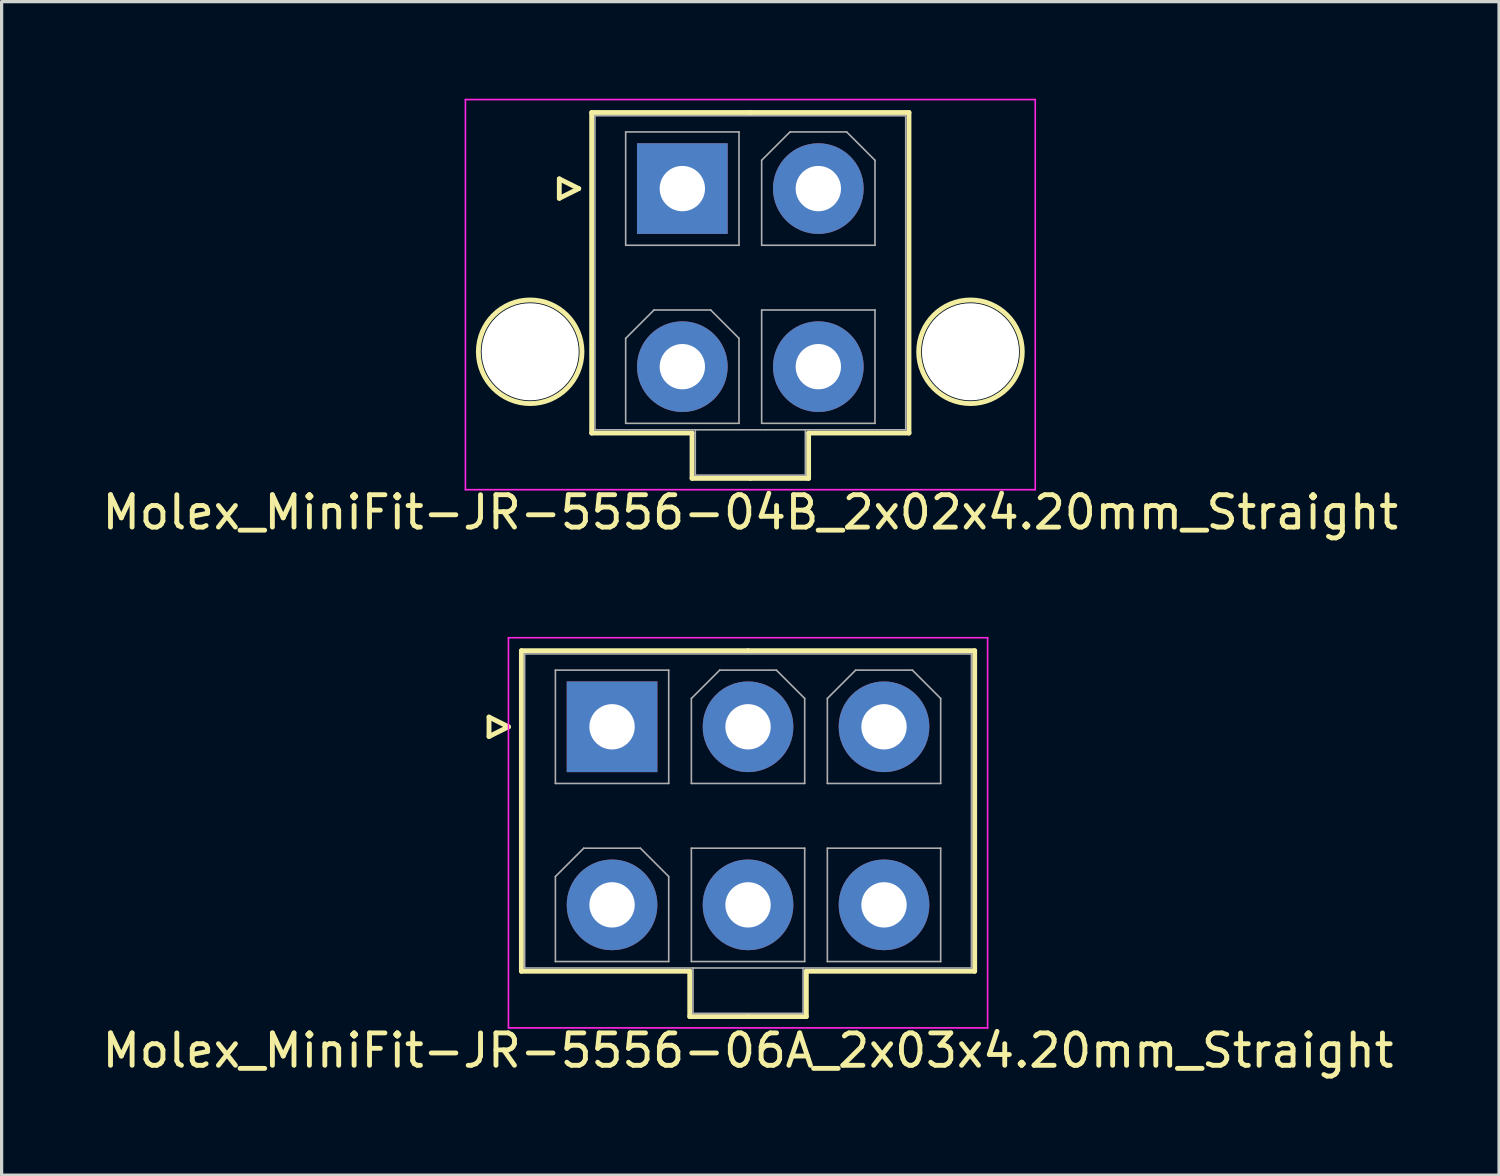
<source format=kicad_pcb>
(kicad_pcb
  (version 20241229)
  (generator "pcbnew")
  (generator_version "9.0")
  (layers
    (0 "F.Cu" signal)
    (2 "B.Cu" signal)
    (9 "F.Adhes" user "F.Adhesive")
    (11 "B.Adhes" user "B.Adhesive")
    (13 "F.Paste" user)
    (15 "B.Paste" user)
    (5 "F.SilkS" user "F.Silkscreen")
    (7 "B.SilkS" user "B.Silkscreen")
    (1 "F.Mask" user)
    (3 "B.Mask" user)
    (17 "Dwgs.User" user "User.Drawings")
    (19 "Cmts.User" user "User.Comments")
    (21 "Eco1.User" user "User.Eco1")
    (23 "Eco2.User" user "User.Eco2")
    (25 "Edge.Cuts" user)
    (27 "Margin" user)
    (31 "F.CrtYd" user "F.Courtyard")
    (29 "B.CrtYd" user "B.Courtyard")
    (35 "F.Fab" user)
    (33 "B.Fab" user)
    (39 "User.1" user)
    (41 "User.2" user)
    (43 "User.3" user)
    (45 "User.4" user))
  (footprint "Molex_MiniFit-JR-5556-04B_2x02x4.20mm_Straight"
    (layer "F.Cu")
    (at 18.025 2.775)
    (property "Reference" "Molex_MiniFit-JR-5556-04B_2x02x4.20mm_Straight" (at 2.1 10 0) (layer "F.SilkS") (effects (font (size 1 1) (thickness 0.15))))
    (attr through_hole)
    (fp_line (start -3.8 -0.3) (end -3.2 0) (stroke (width 0.15) (type solid)) (layer "F.SilkS"))
    (fp_line (start -3.8 0.3) (end -3.8 -0.3) (stroke (width 0.15) (type solid)) (layer "F.SilkS"))
    (fp_line (start -3.2 0) (end -3.8 0.3) (stroke (width 0.15) (type solid)) (layer "F.SilkS"))
    (fp_line (start -2.8 -2.35) (end -2.8 7.55) (stroke (width 0.15) (type solid)) (layer "F.SilkS"))
    (fp_line (start -2.8 7.55) (end 0.3 7.55) (stroke (width 0.15) (type solid)) (layer "F.SilkS"))
    (fp_line (start 0.3 7.55) (end 0.3 8.95) (stroke (width 0.15) (type solid)) (layer "F.SilkS"))
    (fp_line (start 0.3 8.95) (end 2.1 8.95) (stroke (width 0.15) (type solid)) (layer "F.SilkS"))
    (fp_line (start 2.1 -2.35) (end -2.8 -2.35) (stroke (width 0.15) (type solid)) (layer "F.SilkS"))
    (fp_line (start 2.1 -2.35) (end 7 -2.35) (stroke (width 0.15) (type solid)) (layer "F.SilkS"))
    (fp_line (start 3.9 7.55) (end 3.9 8.95) (stroke (width 0.15) (type solid)) (layer "F.SilkS"))
    (fp_line (start 3.9 8.95) (end 2.1 8.95) (stroke (width 0.15) (type solid)) (layer "F.SilkS"))
    (fp_line (start 7 -2.35) (end 7 7.55) (stroke (width 0.15) (type solid)) (layer "F.SilkS"))
    (fp_line (start 7 7.55) (end 3.9 7.55) (stroke (width 0.15) (type solid)) (layer "F.SilkS"))
    (fp_circle (center -4.7 5.04) (end -3.1 5.04) (stroke (width 0.15) (type solid)) (fill no) (layer "F.SilkS"))
    (fp_circle (center 8.9 5.04) (end 10.5 5.04) (stroke (width 0.15) (type solid)) (fill no) (layer "F.SilkS"))
    (fp_line (start -6.7 -2.75) (end -6.7 9.3) (stroke (width 0.05) (type solid)) (layer "F.CrtYd"))
    (fp_line (start -6.7 9.3) (end 10.9 9.3) (stroke (width 0.05) (type solid)) (layer "F.CrtYd"))
    (fp_line (start 10.9 -2.75) (end -6.7 -2.75) (stroke (width 0.05) (type solid)) (layer "F.CrtYd"))
    (fp_line (start 10.9 9.3) (end 10.9 -2.75) (stroke (width 0.05) (type solid)) (layer "F.CrtYd"))
    (fp_line (start -2.7 -2.25) (end -2.7 7.45) (stroke (width 0.05) (type solid)) (layer "F.Fab"))
    (fp_line (start -2.7 7.45) (end 6.9 7.45) (stroke (width 0.05) (type solid)) (layer "F.Fab"))
    (fp_line (start -1.75 -1.75) (end -1.75 1.75) (stroke (width 0.05) (type solid)) (layer "F.Fab"))
    (fp_line (start -1.75 1.75) (end 1.75 1.75) (stroke (width 0.05) (type solid)) (layer "F.Fab"))
    (fp_line (start -1.75 4.625) (end -0.875 3.75) (stroke (width 0.05) (type solid)) (layer "F.Fab"))
    (fp_line (start -1.75 7.25) (end -1.75 4.625) (stroke (width 0.05) (type solid)) (layer "F.Fab"))
    (fp_line (start -0.875 3.75) (end 0.875 3.75) (stroke (width 0.05) (type solid)) (layer "F.Fab"))
    (fp_line (start 0.4 7.45) (end 0.4 8.85) (stroke (width 0.05) (type solid)) (layer "F.Fab"))
    (fp_line (start 0.4 8.85) (end 3.8 8.85) (stroke (width 0.05) (type solid)) (layer "F.Fab"))
    (fp_line (start 0.875 3.75) (end 1.75 4.625) (stroke (width 0.05) (type solid)) (layer "F.Fab"))
    (fp_line (start 1.75 -1.75) (end -1.75 -1.75) (stroke (width 0.05) (type solid)) (layer "F.Fab"))
    (fp_line (start 1.75 1.75) (end 1.75 -1.75) (stroke (width 0.05) (type solid)) (layer "F.Fab"))
    (fp_line (start 1.75 4.625) (end 1.75 7.25) (stroke (width 0.05) (type solid)) (layer "F.Fab"))
    (fp_line (start 1.75 7.25) (end -1.75 7.25) (stroke (width 0.05) (type solid)) (layer "F.Fab"))
    (fp_line (start 2.45 -0.875) (end 3.325 -1.75) (stroke (width 0.05) (type solid)) (layer "F.Fab"))
    (fp_line (start 2.45 1.75) (end 2.45 -0.875) (stroke (width 0.05) (type solid)) (layer "F.Fab"))
    (fp_line (start 2.45 3.75) (end 2.45 7.25) (stroke (width 0.05) (type solid)) (layer "F.Fab"))
    (fp_line (start 2.45 7.25) (end 5.95 7.25) (stroke (width 0.05) (type solid)) (layer "F.Fab"))
    (fp_line (start 3.325 -1.75) (end 5.075 -1.75) (stroke (width 0.05) (type solid)) (layer "F.Fab"))
    (fp_line (start 3.8 8.85) (end 3.8 7.45) (stroke (width 0.05) (type solid)) (layer "F.Fab"))
    (fp_line (start 5.075 -1.75) (end 5.95 -0.875) (stroke (width 0.05) (type solid)) (layer "F.Fab"))
    (fp_line (start 5.95 -0.875) (end 5.95 1.75) (stroke (width 0.05) (type solid)) (layer "F.Fab"))
    (fp_line (start 5.95 1.75) (end 2.45 1.75) (stroke (width 0.05) (type solid)) (layer "F.Fab"))
    (fp_line (start 5.95 3.75) (end 2.45 3.75) (stroke (width 0.05) (type solid)) (layer "F.Fab"))
    (fp_line (start 5.95 7.25) (end 5.95 3.75) (stroke (width 0.05) (type solid)) (layer "F.Fab"))
    (fp_line (start 6.9 -2.25) (end -2.7 -2.25) (stroke (width 0.05) (type solid)) (layer "F.Fab"))
    (fp_line (start 6.9 7.45) (end 6.9 -2.25) (stroke (width 0.05) (type solid)) (layer "F.Fab"))
    (pad "" np_thru_hole circle (at -4.7 5.04) (size 3 3) (drill 3) (layers "*.Cu"))
    (pad "" np_thru_hole circle (at 8.9 5.04) (size 3 3) (drill 3) (layers "*.Cu"))
    (pad "1" thru_hole rect (at 0 0) (size 2.8 2.8) (drill 1.4) (layers "*.Cu" "*.Mask"))
    (pad "2" thru_hole circle (at 4.2 0) (size 2.8 2.8) (drill 1.4) (layers "*.Cu" "*.Mask"))
    (pad "3" thru_hole circle (at 0 5.5) (size 2.8 2.8) (drill 1.4) (layers "*.Cu" "*.Mask"))
    (pad "4" thru_hole circle (at 4.2 5.5) (size 2.8 2.8) (drill 1.4) (layers "*.Cu" "*.Mask")))
  (footprint "Molex_MiniFit-JR-5556-06A_2x03x4.20mm_Straight"
    (layer "F.Cu")
    (at 15.854 19.398)
    (property "Reference" "Molex_MiniFit-JR-5556-06A_2x03x4.20mm_Straight" (at 4.2 10 0) (layer "F.SilkS") (effects (font (size 1 1) (thickness 0.15))))
    (attr through_hole)
    (fp_line (start -3.8 -0.3) (end -3.2 0) (stroke (width 0.15) (type solid)) (layer "F.SilkS"))
    (fp_line (start -3.8 0.3) (end -3.8 -0.3) (stroke (width 0.15) (type solid)) (layer "F.SilkS"))
    (fp_line (start -3.2 0) (end -3.8 0.3) (stroke (width 0.15) (type solid)) (layer "F.SilkS"))
    (fp_line (start -2.8 -2.35) (end -2.8 7.55) (stroke (width 0.15) (type solid)) (layer "F.SilkS"))
    (fp_line (start -2.8 7.55) (end 2.4 7.55) (stroke (width 0.15) (type solid)) (layer "F.SilkS"))
    (fp_line (start 2.4 7.55) (end 2.4 8.95) (stroke (width 0.15) (type solid)) (layer "F.SilkS"))
    (fp_line (start 2.4 8.95) (end 4.2 8.95) (stroke (width 0.15) (type solid)) (layer "F.SilkS"))
    (fp_line (start 4.2 -2.35) (end -2.8 -2.35) (stroke (width 0.15) (type solid)) (layer "F.SilkS"))
    (fp_line (start 4.2 -2.35) (end 11.2 -2.35) (stroke (width 0.15) (type solid)) (layer "F.SilkS"))
    (fp_line (start 6 7.55) (end 6 8.95) (stroke (width 0.15) (type solid)) (layer "F.SilkS"))
    (fp_line (start 6 8.95) (end 4.2 8.95) (stroke (width 0.15) (type solid)) (layer "F.SilkS"))
    (fp_line (start 11.2 -2.35) (end 11.2 7.55) (stroke (width 0.15) (type solid)) (layer "F.SilkS"))
    (fp_line (start 11.2 7.55) (end 6 7.55) (stroke (width 0.15) (type solid)) (layer "F.SilkS"))
    (fp_line (start -3.2 -2.75) (end -3.2 9.3) (stroke (width 0.05) (type solid)) (layer "F.CrtYd"))
    (fp_line (start -3.2 9.3) (end 11.6 9.3) (stroke (width 0.05) (type solid)) (layer "F.CrtYd"))
    (fp_line (start 11.6 -2.75) (end -3.2 -2.75) (stroke (width 0.05) (type solid)) (layer "F.CrtYd"))
    (fp_line (start 11.6 9.3) (end 11.6 -2.75) (stroke (width 0.05) (type solid)) (layer "F.CrtYd"))
    (fp_line (start -2.7 -2.25) (end -2.7 7.45) (stroke (width 0.05) (type solid)) (layer "F.Fab"))
    (fp_line (start -2.7 7.45) (end 11.1 7.45) (stroke (width 0.05) (type solid)) (layer "F.Fab"))
    (fp_line (start -1.75 -1.75) (end -1.75 1.75) (stroke (width 0.05) (type solid)) (layer "F.Fab"))
    (fp_line (start -1.75 1.75) (end 1.75 1.75) (stroke (width 0.05) (type solid)) (layer "F.Fab"))
    (fp_line (start -1.75 4.625) (end -0.875 3.75) (stroke (width 0.05) (type solid)) (layer "F.Fab"))
    (fp_line (start -1.75 7.25) (end -1.75 4.625) (stroke (width 0.05) (type solid)) (layer "F.Fab"))
    (fp_line (start -0.875 3.75) (end 0.875 3.75) (stroke (width 0.05) (type solid)) (layer "F.Fab"))
    (fp_line (start 0.875 3.75) (end 1.75 4.625) (stroke (width 0.05) (type solid)) (layer "F.Fab"))
    (fp_line (start 1.75 -1.75) (end -1.75 -1.75) (stroke (width 0.05) (type solid)) (layer "F.Fab"))
    (fp_line (start 1.75 1.75) (end 1.75 -1.75) (stroke (width 0.05) (type solid)) (layer "F.Fab"))
    (fp_line (start 1.75 4.625) (end 1.75 7.25) (stroke (width 0.05) (type solid)) (layer "F.Fab"))
    (fp_line (start 1.75 7.25) (end -1.75 7.25) (stroke (width 0.05) (type solid)) (layer "F.Fab"))
    (fp_line (start 2.45 -0.875) (end 3.325 -1.75) (stroke (width 0.05) (type solid)) (layer "F.Fab"))
    (fp_line (start 2.45 1.75) (end 2.45 -0.875) (stroke (width 0.05) (type solid)) (layer "F.Fab"))
    (fp_line (start 2.45 3.75) (end 2.45 7.25) (stroke (width 0.05) (type solid)) (layer "F.Fab"))
    (fp_line (start 2.45 7.25) (end 5.95 7.25) (stroke (width 0.05) (type solid)) (layer "F.Fab"))
    (fp_line (start 2.5 7.45) (end 2.5 8.85) (stroke (width 0.05) (type solid)) (layer "F.Fab"))
    (fp_line (start 2.5 8.85) (end 5.9 8.85) (stroke (width 0.05) (type solid)) (layer "F.Fab"))
    (fp_line (start 3.325 -1.75) (end 5.075 -1.75) (stroke (width 0.05) (type solid)) (layer "F.Fab"))
    (fp_line (start 5.075 -1.75) (end 5.95 -0.875) (stroke (width 0.05) (type solid)) (layer "F.Fab"))
    (fp_line (start 5.9 8.85) (end 5.9 7.45) (stroke (width 0.05) (type solid)) (layer "F.Fab"))
    (fp_line (start 5.95 -0.875) (end 5.95 1.75) (stroke (width 0.05) (type solid)) (layer "F.Fab"))
    (fp_line (start 5.95 1.75) (end 2.45 1.75) (stroke (width 0.05) (type solid)) (layer "F.Fab"))
    (fp_line (start 5.95 3.75) (end 2.45 3.75) (stroke (width 0.05) (type solid)) (layer "F.Fab"))
    (fp_line (start 5.95 7.25) (end 5.95 3.75) (stroke (width 0.05) (type solid)) (layer "F.Fab"))
    (fp_line (start 6.65 -0.875) (end 7.525 -1.75) (stroke (width 0.05) (type solid)) (layer "F.Fab"))
    (fp_line (start 6.65 1.75) (end 6.65 -0.875) (stroke (width 0.05) (type solid)) (layer "F.Fab"))
    (fp_line (start 6.65 3.75) (end 6.65 7.25) (stroke (width 0.05) (type solid)) (layer "F.Fab"))
    (fp_line (start 6.65 7.25) (end 10.15 7.25) (stroke (width 0.05) (type solid)) (layer "F.Fab"))
    (fp_line (start 7.525 -1.75) (end 9.275 -1.75) (stroke (width 0.05) (type solid)) (layer "F.Fab"))
    (fp_line (start 9.275 -1.75) (end 10.15 -0.875) (stroke (width 0.05) (type solid)) (layer "F.Fab"))
    (fp_line (start 10.15 -0.875) (end 10.15 1.75) (stroke (width 0.05) (type solid)) (layer "F.Fab"))
    (fp_line (start 10.15 1.75) (end 6.65 1.75) (stroke (width 0.05) (type solid)) (layer "F.Fab"))
    (fp_line (start 10.15 3.75) (end 6.65 3.75) (stroke (width 0.05) (type solid)) (layer "F.Fab"))
    (fp_line (start 10.15 7.25) (end 10.15 3.75) (stroke (width 0.05) (type solid)) (layer "F.Fab"))
    (fp_line (start 11.1 -2.25) (end -2.7 -2.25) (stroke (width 0.05) (type solid)) (layer "F.Fab"))
    (fp_line (start 11.1 7.45) (end 11.1 -2.25) (stroke (width 0.05) (type solid)) (layer "F.Fab"))
    (pad "1" thru_hole rect (at 0 0) (size 2.8 2.8) (drill 1.4) (layers "*.Cu" "*.Mask"))
    (pad "2" thru_hole circle (at 4.2 0) (size 2.8 2.8) (drill 1.4) (layers "*.Cu" "*.Mask"))
    (pad "3" thru_hole circle (at 8.4 0) (size 2.8 2.8) (drill 1.4) (layers "*.Cu" "*.Mask"))
    (pad "4" thru_hole circle (at 0 5.5) (size 2.8 2.8) (drill 1.4) (layers "*.Cu" "*.Mask"))
    (pad "5" thru_hole circle (at 4.2 5.5) (size 2.8 2.8) (drill 1.4) (layers "*.Cu" "*.Mask"))
    (pad "6" thru_hole circle (at 8.4 5.5) (size 2.8 2.8) (drill 1.4) (layers "*.Cu" "*.Mask")))
  (gr_rect
    (start -3 -3)
    (end 43.25 33.246)
    (stroke (width 0.1) (type default))
    (fill no)
    (layer "Edge.Cuts")))
</source>
